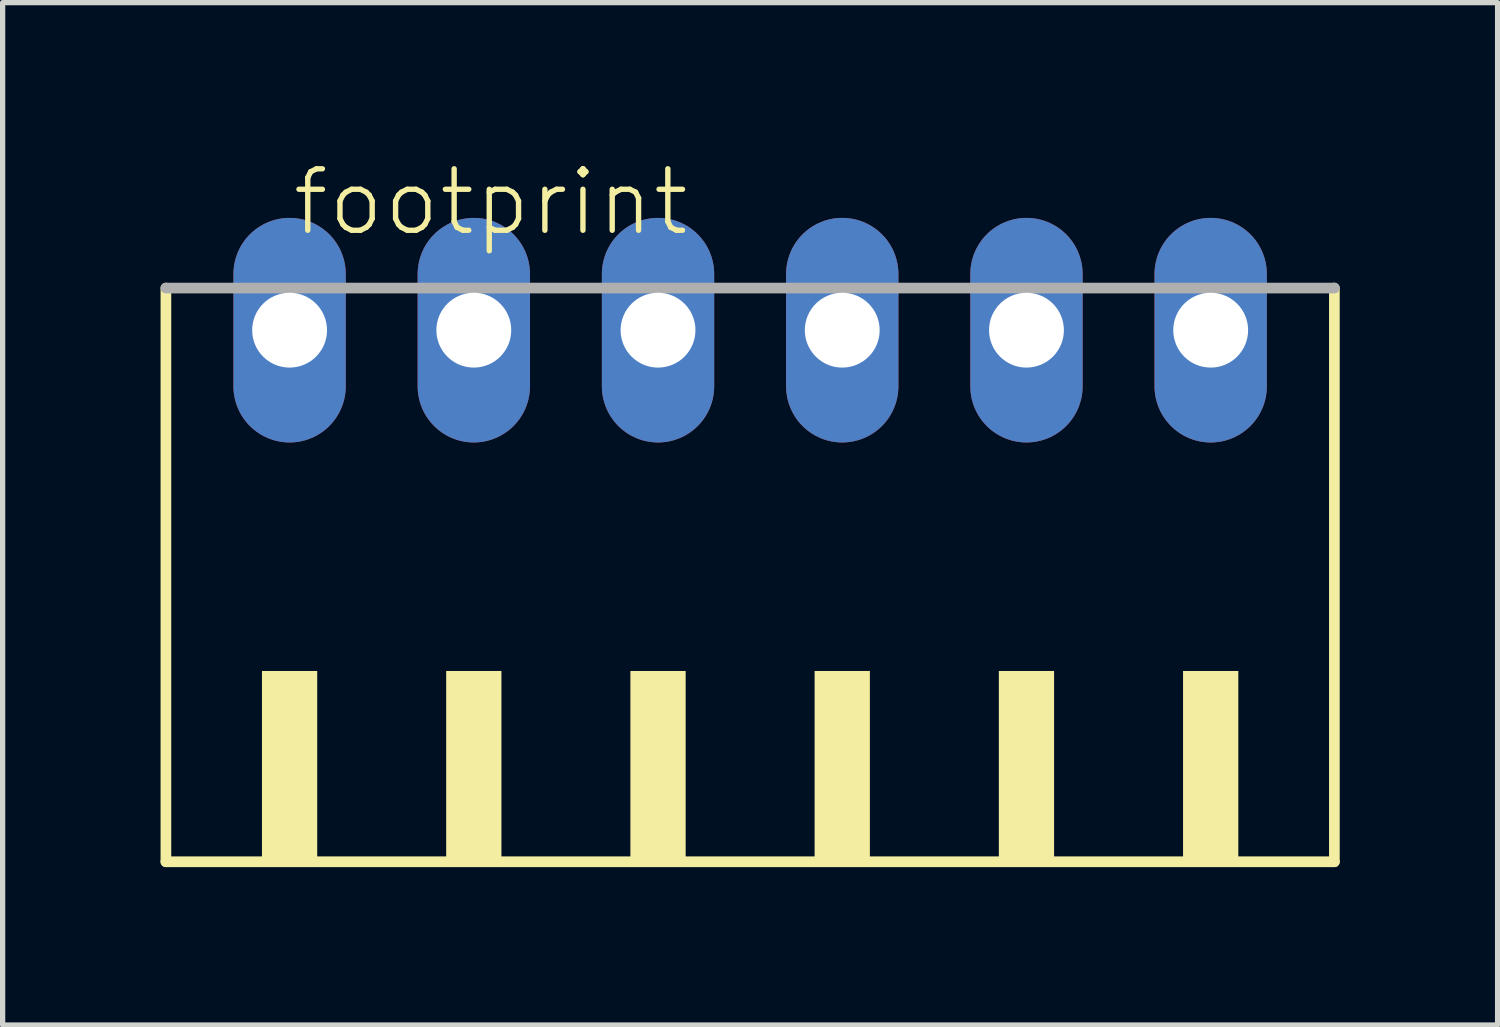
<source format=kicad_pcb>
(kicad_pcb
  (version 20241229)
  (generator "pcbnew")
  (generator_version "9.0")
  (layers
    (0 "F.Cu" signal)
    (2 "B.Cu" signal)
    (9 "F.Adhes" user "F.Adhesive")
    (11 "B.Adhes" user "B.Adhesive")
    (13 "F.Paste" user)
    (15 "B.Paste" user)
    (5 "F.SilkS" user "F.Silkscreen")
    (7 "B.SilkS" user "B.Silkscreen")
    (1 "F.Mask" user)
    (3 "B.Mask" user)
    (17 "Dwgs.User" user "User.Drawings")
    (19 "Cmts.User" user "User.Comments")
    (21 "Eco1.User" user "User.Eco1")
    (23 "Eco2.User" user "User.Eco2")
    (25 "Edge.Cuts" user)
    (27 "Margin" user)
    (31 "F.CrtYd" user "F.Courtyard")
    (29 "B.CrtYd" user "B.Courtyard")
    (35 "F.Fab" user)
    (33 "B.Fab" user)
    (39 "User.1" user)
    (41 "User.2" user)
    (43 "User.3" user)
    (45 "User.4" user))
  (footprint "footprint"
    (layer "F.Cu")
    (at 11.202 8.473)
    (property "Reference" "footprint" (at -8.75 -7 0) (layer "F.SilkS") (effects (font (size 1.168 1.168) (thickness 0.102)) (justify left bottom)))
    (fp_line (start -11.1 -6.05) (end -11.1 4.85) (stroke (width 0.203) (type solid)) (layer "F.SilkS"))
    (fp_line (start -11.1 4.85) (end 11.1 4.85) (stroke (width 0.203) (type solid)) (layer "F.SilkS"))
    (fp_line (start 11.1 4.85) (end 11.1 -6.05) (stroke (width 0.203) (type solid)) (layer "F.SilkS"))
    (fp_poly (pts (xy -9.275 4.9) (xy -8.225 4.9) (xy -8.225 1.225) (xy -9.275 1.225)) (stroke (width 0) (type solid)) (fill yes) (layer "F.SilkS"))
    (fp_poly (pts (xy -5.775 4.9) (xy -4.725 4.9) (xy -4.725 1.225) (xy -5.775 1.225)) (stroke (width 0) (type solid)) (fill yes) (layer "F.SilkS"))
    (fp_poly (pts (xy -2.275 4.9) (xy -1.225 4.9) (xy -1.225 1.225) (xy -2.275 1.225)) (stroke (width 0) (type solid)) (fill yes) (layer "F.SilkS"))
    (fp_poly (pts (xy 1.225 4.9) (xy 2.275 4.9) (xy 2.275 1.225) (xy 1.225 1.225)) (stroke (width 0) (type solid)) (fill yes) (layer "F.SilkS"))
    (fp_poly (pts (xy 4.725 4.9) (xy 5.775 4.9) (xy 5.775 1.225) (xy 4.725 1.225)) (stroke (width 0) (type solid)) (fill yes) (layer "F.SilkS"))
    (fp_poly (pts (xy 8.225 4.9) (xy 9.275 4.9) (xy 9.275 1.225) (xy 8.225 1.225)) (stroke (width 0) (type solid)) (fill yes) (layer "F.SilkS"))
    (fp_line (start 11.1 -6.05) (end -11.1 -6.05) (stroke (width 0.203) (type solid)) (layer "F.Fab"))
    (pad "1" thru_hole oval (at -8.75 -5.25 90) (size 4.267 2.134) (drill 1.422) (layers "*.Cu" "*.Mask"))
    (pad "2" thru_hole oval (at -5.25 -5.25 90) (size 4.267 2.134) (drill 1.422) (layers "*.Cu" "*.Mask"))
    (pad "3" thru_hole oval (at -1.75 -5.25 90) (size 4.267 2.134) (drill 1.422) (layers "*.Cu" "*.Mask"))
    (pad "4" thru_hole oval (at 1.75 -5.25 90) (size 4.267 2.134) (drill 1.422) (layers "*.Cu" "*.Mask"))
    (pad "5" thru_hole oval (at 5.25 -5.25 90) (size 4.267 2.134) (drill 1.422) (layers "*.Cu" "*.Mask"))
    (pad "6" thru_hole oval (at 8.75 -5.25 90) (size 4.267 2.134) (drill 1.422) (layers "*.Cu" "*.Mask")))
  (gr_rect
    (start -3 -3)
    (end 25.403 16.425)
    (stroke (width 0.1) (type default))
    (fill no)
    (layer "Edge.Cuts")))
</source>
